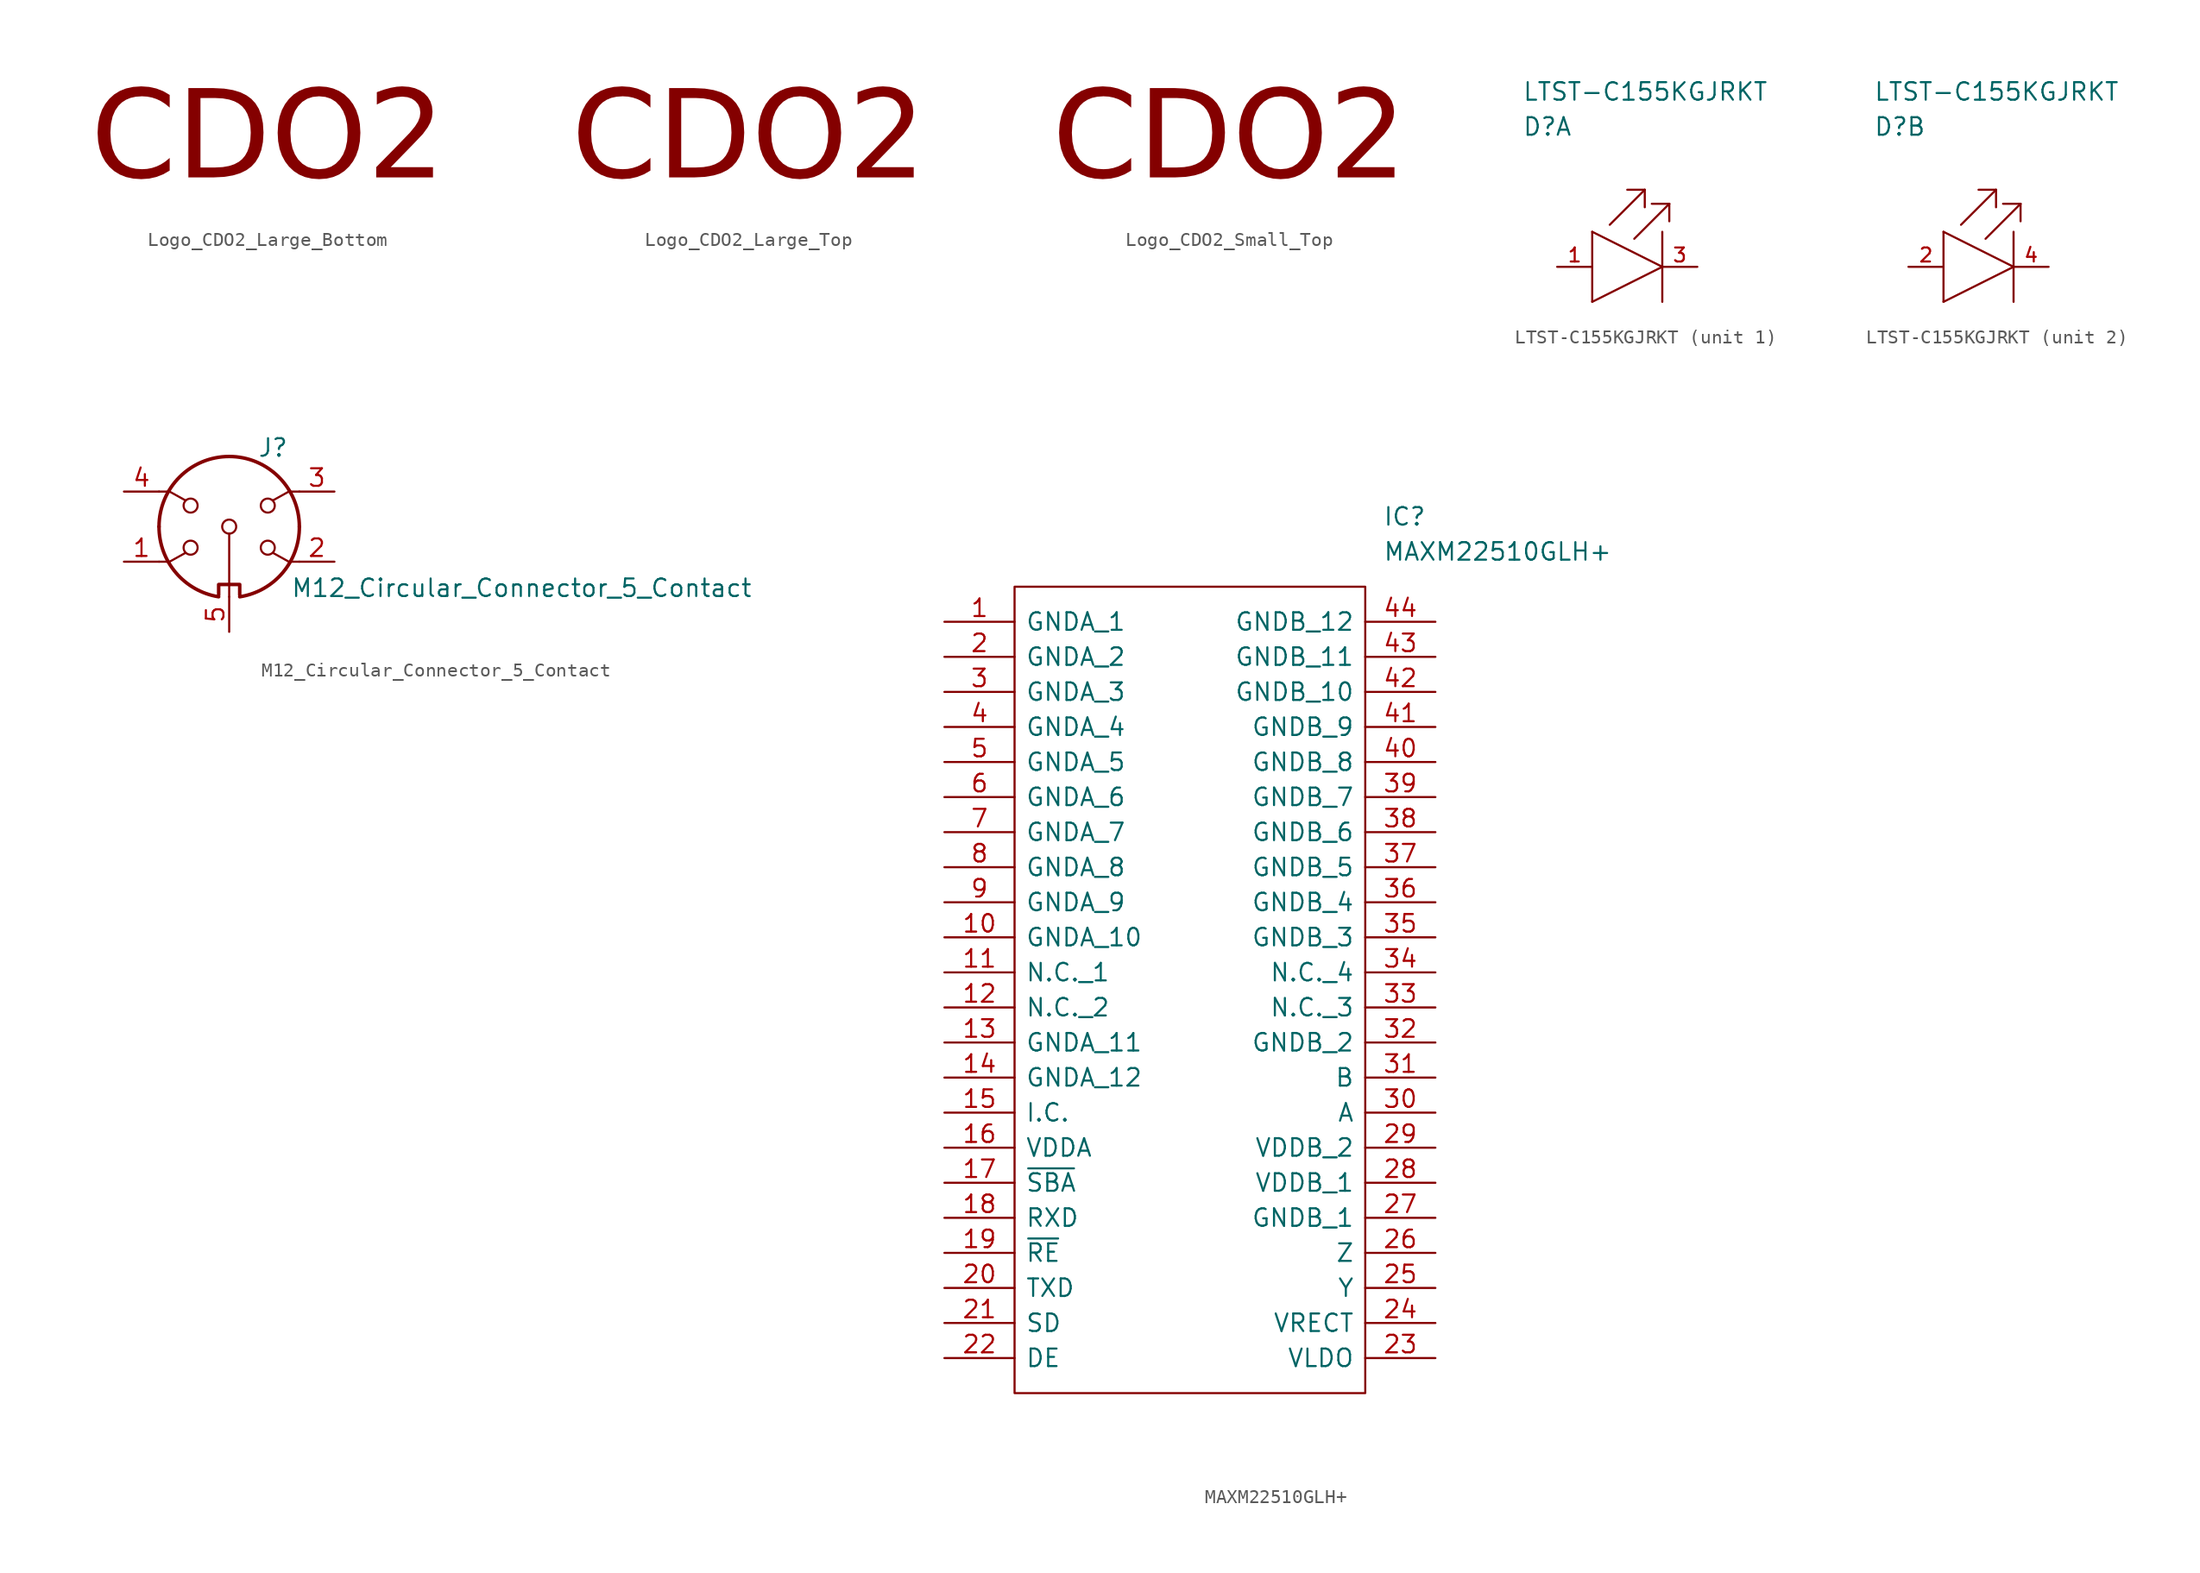
<source format=kicad_sym>
(kicad_symbol_lib
  (version 20220914)
  (generator kicad_symbol_editor)
  (symbol "Logo_CDO2_Large_Bottom"
    (property "Reference" "#SYM"
      (at 0 12.7 0)
      (effects (font (size 1.27 1.27)) hide))
    (symbol "Logo_CDO2_Large_Bottom_1_1"
      (text "CDO2" (at 0 0 0) (effects (font (face "Cantarell") (size 6.35 6.35))))))
  (symbol "Logo_CDO2_Large_Top"
    (property "Reference" "#SYM"
      (at 0 12.7 0)
      (effects (font (size 1.27 1.27)) hide))
    (symbol "Logo_CDO2_Large_Top_1_1"
      (text "CDO2" (at 0 0 0) (effects (font (face "Cantarell") (size 6.35 6.35))))))
  (symbol "Logo_CDO2_Small_Top"
    (property "Reference" "#SYM"
      (at 0 12.7 0)
      (effects (font (size 1.27 1.27)) hide))
    (symbol "Logo_CDO2_Small_Top_1_1"
      (text "CDO2" (at 0 0 0) (effects (font (face "Cantarell") (size 6.35 6.35))))))
  (symbol "LTST-C155KGJRKT"
    (pin_names
      (offset 1.016))
    (property "Reference" "D"
      (at 0 10.16 0)
      (effects (font (size 1.27 1.27)) (justify left)))
    (property "Value" "LTST-C155KGJRKT"
      (at 0 12.7 0)
      (effects (font (size 1.27 1.27)) (justify left)))
    (property "ki_locked" ""
      (at 0 0 0)
      (effects (font (size 1.27 1.27))))
    (symbol "LTST-C155KGJRKT_1_1"
      (polyline (pts (xy 5.08 -2.54) (xy 10.16 0)) (stroke (width 0) (type default)) (fill (type none)))
      (polyline (pts (xy 5.08 2.54) (xy 5.08 -2.54)) (stroke (width 0) (type default)) (fill (type none)))
      (polyline (pts (xy 5.08 2.54) (xy 10.16 0)) (stroke (width 0) (type default)) (fill (type none)))
      (polyline (pts (xy 6.35 3.048) (xy 8.89 5.588)) (stroke (width 0) (type default)) (fill (type none)))
      (polyline (pts (xy 8.128 2.032) (xy 10.668 4.572)) (stroke (width 0) (type default)) (fill (type none)))
      (polyline (pts (xy 8.89 5.588) (xy 7.62 5.588)) (stroke (width 0) (type default)) (fill (type none)))
      (polyline (pts (xy 8.89 5.588) (xy 8.89 4.318)) (stroke (width 0) (type default)) (fill (type none)))
      (polyline (pts (xy 10.16 2.54) (xy 10.16 -2.54)) (stroke (width 0) (type default)) (fill (type none)))
      (polyline (pts (xy 10.668 4.572) (xy 9.398 4.572)) (stroke (width 0) (type default)) (fill (type none)))
      (polyline (pts (xy 10.668 4.572) (xy 10.668 3.302)) (stroke (width 0) (type default)) (fill (type none)))
      (pin passive line (at 2.54 0 0) (length 2.54) (name "Green_ANODE" (effects (font (size 0 0)))) (number "1" (effects (font (size 1.016 1.016)))))
      (pin passive line (at 12.7 0 180) (length 2.54) (name "Green_CATHODE" (effects (font (size 0 0)))) (number "3" (effects (font (size 1.016 1.016))))))
    (symbol "LTST-C155KGJRKT_2_1"
      (polyline (pts (xy 5.08 -2.54) (xy 10.16 0)) (stroke (width 0) (type default)) (fill (type none)))
      (polyline (pts (xy 5.08 2.54) (xy 5.08 -2.54)) (stroke (width 0) (type default)) (fill (type none)))
      (polyline (pts (xy 5.08 2.54) (xy 10.16 0)) (stroke (width 0) (type default)) (fill (type none)))
      (polyline (pts (xy 6.35 3.048) (xy 8.89 5.588)) (stroke (width 0) (type default)) (fill (type none)))
      (polyline (pts (xy 8.128 2.032) (xy 10.668 4.572)) (stroke (width 0) (type default)) (fill (type none)))
      (polyline (pts (xy 8.89 5.588) (xy 7.62 5.588)) (stroke (width 0) (type default)) (fill (type none)))
      (polyline (pts (xy 8.89 5.588) (xy 8.89 4.318)) (stroke (width 0) (type default)) (fill (type none)))
      (polyline (pts (xy 10.16 2.54) (xy 10.16 -2.54)) (stroke (width 0) (type default)) (fill (type none)))
      (polyline (pts (xy 10.668 4.572) (xy 9.398 4.572)) (stroke (width 0) (type default)) (fill (type none)))
      (polyline (pts (xy 10.668 4.572) (xy 10.668 3.302)) (stroke (width 0) (type default)) (fill (type none)))
      (pin passive line (at 2.54 0 0) (length 2.54) (name "Red_ANODE" (effects (font (size 0 0)))) (number "2" (effects (font (size 1.016 1.016)))))
      (pin passive line (at 12.7 0 180) (length 2.54) (name "Red_CATHODE" (effects (font (size 0 0)))) (number "4" (effects (font (size 1.016 1.016)))))))
  (symbol "M12_Circular_Connector_5_Contact"
    (pin_names
      (offset 1.016))
    (property "Reference" "J"
      (at 3.175 5.715 0)
      (effects (font (size 1.27 1.27))))
    (property "Value" "M12_Circular_Connector_5_Contact"
      (at 4.445 -4.445 0)
      (effects (font (size 1.27 1.27)) (justify left)))
    (symbol "M12_Circular_Connector_5_Contact_0_1"
      (arc (start -5.08 0) (mid -3.8609 -3.3364) (end -0.762 -5.08) (stroke (width 0.254) (type default)) (fill (type none)))
      (circle (center -2.794 -1.524) (radius 0.508) (stroke (width 0) (type default)) (fill (type none)))
      (circle (center -2.794 1.524) (radius 0.508) (stroke (width 0) (type default)) (fill (type none)))
      (polyline (pts (xy 0 -5.08) (xy 0 -0.508)) (stroke (width 0) (type default)) (fill (type none)))
      (polyline (pts (xy -5.08 -2.54) (xy -4.318 -2.54) (xy -3.175 -1.905)) (stroke (width 0) (type default)) (fill (type none)))
      (polyline (pts (xy -5.08 2.54) (xy -4.318 2.54) (xy -3.175 1.905)) (stroke (width 0) (type default)) (fill (type none)))
      (polyline (pts (xy 5.08 -2.54) (xy 4.318 -2.54) (xy 3.175 -1.905)) (stroke (width 0) (type default)) (fill (type none)))
      (polyline (pts (xy 5.08 2.54) (xy 4.318 2.54) (xy 3.175 1.905)) (stroke (width 0) (type default)) (fill (type none)))
      (polyline (pts (xy -0.762 -4.953) (xy -0.762 -4.191) (xy 0.762 -4.191) (xy 0.762 -4.953)) (stroke (width 0.254) (type default)) (fill (type none)))
      (circle (center 0 0) (radius 0.508) (stroke (width 0) (type default)) (fill (type none)))
      (arc (start 0.762 -5.08) (mid 3.8685 -3.343) (end 5.08 0) (stroke (width 0.254) (type default)) (fill (type none)))
      (circle (center 2.794 -1.524) (radius 0.508) (stroke (width 0) (type default)) (fill (type none)))
      (circle (center 2.794 1.524) (radius 0.508) (stroke (width 0) (type default)) (fill (type none)))
      (arc (start 5.08 0) (mid 0 5.0579) (end -5.08 0) (stroke (width 0.254) (type default)) (fill (type none))))
    (symbol "M12_Circular_Connector_5_Contact_1_1"
      (pin passive line (at -7.62 -2.54 0) (length 2.54) (name "~" (effects (font (size 1.27 1.27)))) (number "1" (effects (font (size 1.27 1.27)))))
      (pin passive line (at 7.62 -2.54 180) (length 2.54) (name "~" (effects (font (size 1.27 1.27)))) (number "2" (effects (font (size 1.27 1.27)))))
      (pin passive line (at 7.62 2.54 180) (length 2.54) (name "~" (effects (font (size 1.27 1.27)))) (number "3" (effects (font (size 1.27 1.27)))))
      (pin passive line (at -7.62 2.54 0) (length 2.54) (name "~" (effects (font (size 1.27 1.27)))) (number "4" (effects (font (size 1.27 1.27)))))
      (pin passive line (at 0 -7.62 90) (length 2.54) (name "~" (effects (font (size 1.27 1.27)))) (number "5" (effects (font (size 1.27 1.27)))))))
  (symbol "MAXM22510GLH+"
    (pin_names
      (offset 0.762))
    (property "Reference" "IC"
      (at 31.75 7.62 0)
      (effects (font (size 1.27 1.27)) (justify left)))
    (property "Value" "MAXM22510GLH+"
      (at 31.75 5.08 0)
      (effects (font (size 1.27 1.27)) (justify left)))
    (symbol "MAXM22510GLH+_0_0"
      (pin passive line (at 0 0 0) (length 5.08) (name "GNDA_1" (effects (font (size 1.27 1.27)))) (number "1" (effects (font (size 1.27 1.27)))))
      (pin passive line (at 0 -22.86 0) (length 5.08) (name "GNDA_10" (effects (font (size 1.27 1.27)))) (number "10" (effects (font (size 1.27 1.27)))))
      (pin passive line (at 0 -25.4 0) (length 5.08) (name "N.C._1" (effects (font (size 1.27 1.27)))) (number "11" (effects (font (size 1.27 1.27)))))
      (pin passive line (at 0 -27.94 0) (length 5.08) (name "N.C._2" (effects (font (size 1.27 1.27)))) (number "12" (effects (font (size 1.27 1.27)))))
      (pin passive line (at 0 -30.48 0) (length 5.08) (name "GNDA_11" (effects (font (size 1.27 1.27)))) (number "13" (effects (font (size 1.27 1.27)))))
      (pin passive line (at 0 -33.02 0) (length 5.08) (name "GNDA_12" (effects (font (size 1.27 1.27)))) (number "14" (effects (font (size 1.27 1.27)))))
      (pin passive line (at 0 -35.56 0) (length 5.08) (name "I.C." (effects (font (size 1.27 1.27)))) (number "15" (effects (font (size 1.27 1.27)))))
      (pin passive line (at 0 -38.1 0) (length 5.08) (name "VDDA" (effects (font (size 1.27 1.27)))) (number "16" (effects (font (size 1.27 1.27)))))
      (pin passive line (at 0 -40.64 0) (length 5.08) (name "~{SBA}" (effects (font (size 1.27 1.27)))) (number "17" (effects (font (size 1.27 1.27)))))
      (pin passive line (at 0 -43.18 0) (length 5.08) (name "RXD" (effects (font (size 1.27 1.27)))) (number "18" (effects (font (size 1.27 1.27)))))
      (pin passive line (at 0 -45.72 0) (length 5.08) (name "~{RE}" (effects (font (size 1.27 1.27)))) (number "19" (effects (font (size 1.27 1.27)))))
      (pin passive line (at 0 -2.54 0) (length 5.08) (name "GNDA_2" (effects (font (size 1.27 1.27)))) (number "2" (effects (font (size 1.27 1.27)))))
      (pin passive line (at 0 -48.26 0) (length 5.08) (name "TXD" (effects (font (size 1.27 1.27)))) (number "20" (effects (font (size 1.27 1.27)))))
      (pin passive line (at 0 -50.8 0) (length 5.08) (name "SD" (effects (font (size 1.27 1.27)))) (number "21" (effects (font (size 1.27 1.27)))))
      (pin passive line (at 0 -53.34 0) (length 5.08) (name "DE" (effects (font (size 1.27 1.27)))) (number "22" (effects (font (size 1.27 1.27)))))
      (pin passive line (at 35.56 -53.34 180) (length 5.08) (name "VLDO" (effects (font (size 1.27 1.27)))) (number "23" (effects (font (size 1.27 1.27)))))
      (pin passive line (at 35.56 -50.8 180) (length 5.08) (name "VRECT" (effects (font (size 1.27 1.27)))) (number "24" (effects (font (size 1.27 1.27)))))
      (pin passive line (at 35.56 -48.26 180) (length 5.08) (name "Y" (effects (font (size 1.27 1.27)))) (number "25" (effects (font (size 1.27 1.27)))))
      (pin passive line (at 35.56 -45.72 180) (length 5.08) (name "Z" (effects (font (size 1.27 1.27)))) (number "26" (effects (font (size 1.27 1.27)))))
      (pin passive line (at 35.56 -43.18 180) (length 5.08) (name "GNDB_1" (effects (font (size 1.27 1.27)))) (number "27" (effects (font (size 1.27 1.27)))))
      (pin passive line (at 35.56 -40.64 180) (length 5.08) (name "VDDB_1" (effects (font (size 1.27 1.27)))) (number "28" (effects (font (size 1.27 1.27)))))
      (pin passive line (at 35.56 -38.1 180) (length 5.08) (name "VDDB_2" (effects (font (size 1.27 1.27)))) (number "29" (effects (font (size 1.27 1.27)))))
      (pin passive line (at 0 -5.08 0) (length 5.08) (name "GNDA_3" (effects (font (size 1.27 1.27)))) (number "3" (effects (font (size 1.27 1.27)))))
      (pin passive line (at 35.56 -35.56 180) (length 5.08) (name "A" (effects (font (size 1.27 1.27)))) (number "30" (effects (font (size 1.27 1.27)))))
      (pin passive line (at 35.56 -33.02 180) (length 5.08) (name "B" (effects (font (size 1.27 1.27)))) (number "31" (effects (font (size 1.27 1.27)))))
      (pin passive line (at 35.56 -30.48 180) (length 5.08) (name "GNDB_2" (effects (font (size 1.27 1.27)))) (number "32" (effects (font (size 1.27 1.27)))))
      (pin passive line (at 35.56 -27.94 180) (length 5.08) (name "N.C._3" (effects (font (size 1.27 1.27)))) (number "33" (effects (font (size 1.27 1.27)))))
      (pin passive line (at 35.56 -25.4 180) (length 5.08) (name "N.C._4" (effects (font (size 1.27 1.27)))) (number "34" (effects (font (size 1.27 1.27)))))
      (pin passive line (at 35.56 -22.86 180) (length 5.08) (name "GNDB_3" (effects (font (size 1.27 1.27)))) (number "35" (effects (font (size 1.27 1.27)))))
      (pin passive line (at 35.56 -20.32 180) (length 5.08) (name "GNDB_4" (effects (font (size 1.27 1.27)))) (number "36" (effects (font (size 1.27 1.27)))))
      (pin passive line (at 35.56 -17.78 180) (length 5.08) (name "GNDB_5" (effects (font (size 1.27 1.27)))) (number "37" (effects (font (size 1.27 1.27)))))
      (pin passive line (at 35.56 -15.24 180) (length 5.08) (name "GNDB_6" (effects (font (size 1.27 1.27)))) (number "38" (effects (font (size 1.27 1.27)))))
      (pin passive line (at 35.56 -12.7 180) (length 5.08) (name "GNDB_7" (effects (font (size 1.27 1.27)))) (number "39" (effects (font (size 1.27 1.27)))))
      (pin passive line (at 0 -7.62 0) (length 5.08) (name "GNDA_4" (effects (font (size 1.27 1.27)))) (number "4" (effects (font (size 1.27 1.27)))))
      (pin passive line (at 35.56 -10.16 180) (length 5.08) (name "GNDB_8" (effects (font (size 1.27 1.27)))) (number "40" (effects (font (size 1.27 1.27)))))
      (pin passive line (at 35.56 -7.62 180) (length 5.08) (name "GNDB_9" (effects (font (size 1.27 1.27)))) (number "41" (effects (font (size 1.27 1.27)))))
      (pin passive line (at 35.56 -5.08 180) (length 5.08) (name "GNDB_10" (effects (font (size 1.27 1.27)))) (number "42" (effects (font (size 1.27 1.27)))))
      (pin passive line (at 35.56 -2.54 180) (length 5.08) (name "GNDB_11" (effects (font (size 1.27 1.27)))) (number "43" (effects (font (size 1.27 1.27)))))
      (pin passive line (at 35.56 0 180) (length 5.08) (name "GNDB_12" (effects (font (size 1.27 1.27)))) (number "44" (effects (font (size 1.27 1.27)))))
      (pin passive line (at 0 -10.16 0) (length 5.08) (name "GNDA_5" (effects (font (size 1.27 1.27)))) (number "5" (effects (font (size 1.27 1.27)))))
      (pin passive line (at 0 -12.7 0) (length 5.08) (name "GNDA_6" (effects (font (size 1.27 1.27)))) (number "6" (effects (font (size 1.27 1.27)))))
      (pin passive line (at 0 -15.24 0) (length 5.08) (name "GNDA_7" (effects (font (size 1.27 1.27)))) (number "7" (effects (font (size 1.27 1.27)))))
      (pin passive line (at 0 -17.78 0) (length 5.08) (name "GNDA_8" (effects (font (size 1.27 1.27)))) (number "8" (effects (font (size 1.27 1.27)))))
      (pin passive line (at 0 -20.32 0) (length 5.08) (name "GNDA_9" (effects (font (size 1.27 1.27)))) (number "9" (effects (font (size 1.27 1.27))))))
    (symbol "MAXM22510GLH+_0_1"
      (polyline (pts (xy 5.08 2.54) (xy 30.48 2.54) (xy 30.48 -55.88) (xy 5.08 -55.88) (xy 5.08 2.54)) (stroke (width 0.152) (type default)) (fill (type none))))))
</source>
